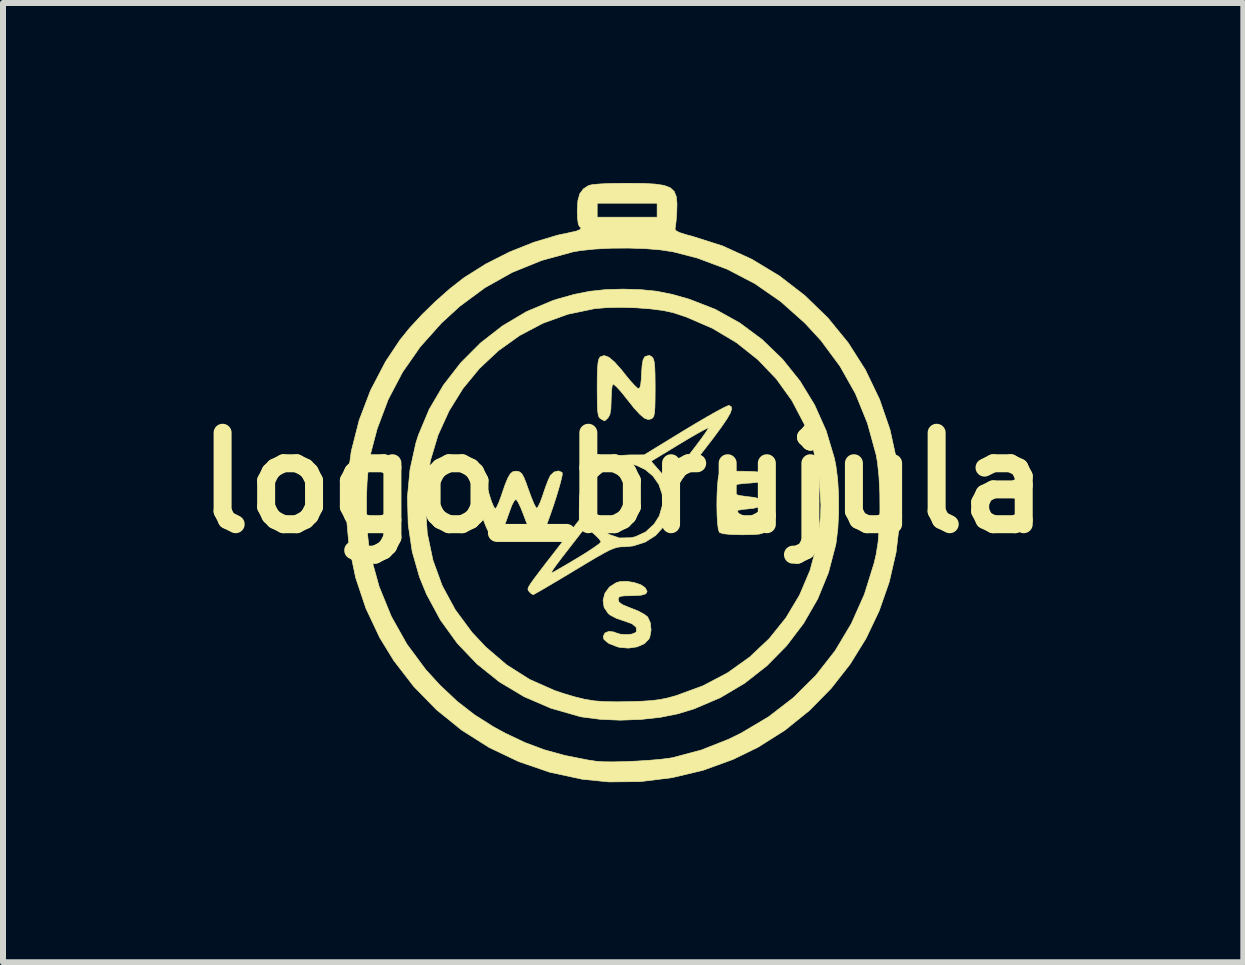
<source format=kicad_pcb>
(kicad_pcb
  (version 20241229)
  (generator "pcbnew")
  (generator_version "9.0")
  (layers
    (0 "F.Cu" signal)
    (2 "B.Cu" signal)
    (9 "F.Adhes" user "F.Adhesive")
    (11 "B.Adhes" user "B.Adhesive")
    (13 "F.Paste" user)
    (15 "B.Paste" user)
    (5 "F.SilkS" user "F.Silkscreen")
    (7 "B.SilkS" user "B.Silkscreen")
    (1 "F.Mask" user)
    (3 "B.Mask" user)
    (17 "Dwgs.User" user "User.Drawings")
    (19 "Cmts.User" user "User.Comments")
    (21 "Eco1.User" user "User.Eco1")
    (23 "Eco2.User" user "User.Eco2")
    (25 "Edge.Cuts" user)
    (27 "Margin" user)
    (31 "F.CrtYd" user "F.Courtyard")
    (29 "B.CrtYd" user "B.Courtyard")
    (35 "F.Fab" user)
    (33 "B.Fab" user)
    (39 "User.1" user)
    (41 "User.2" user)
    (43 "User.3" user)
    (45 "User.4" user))
  (footprint "logo_brujula"
    (layer "F.Cu")
    (at 7.337 4.998)
    (property "Reference" "logo_brujula" (at 0 0 0) (layer "F.SilkS") (effects (font (size 1.524 1.524) (thickness 0.3))))
    (attr through_hole)
    (fp_poly (pts (xy 0.184 1.662) (xy 0.295 1.699) (xy 0.365 1.747) (xy 0.399 1.808) (xy 0.378 1.849) (xy 0.298 1.873) (xy 0.157 1.881) (xy 0.147 1.881) (xy 0.025 1.883) (xy -0.044 1.891) (xy -0.075 1.91) (xy -0.083 1.944) (xy -0.083 1.947) (xy -0.068 1.989) (xy -0.016 2.029) (xy 0.086 2.072) (xy 0.133 2.09) (xy 0.253 2.138) (xy 0.352 2.192) (xy 0.408 2.235) (xy 0.452 2.33) (xy 0.465 2.453) (xy 0.444 2.571) (xy 0.43 2.602) (xy 0.353 2.681) (xy 0.232 2.734) (xy 0.086 2.755) (xy -0.066 2.741) (xy -0.102 2.731) (xy -0.243 2.675) (xy -0.319 2.611) (xy -0.333 2.564) (xy -0.305 2.504) (xy -0.239 2.476) (xy -0.155 2.486) (xy -0.137 2.495) (xy -0.051 2.522) (xy 0.051 2.53) (xy 0.145 2.521) (xy 0.209 2.495) (xy 0.221 2.48) (xy 0.218 2.409) (xy 0.149 2.349) (xy 0.015 2.301) (xy 0.000076 2.297) (xy -0.116 2.257) (xy -0.217 2.203) (xy -0.248 2.179) (xy -0.318 2.075) (xy -0.335 1.956) (xy -0.303 1.838) (xy -0.228 1.736) (xy -0.116 1.664) (xy -0.052 1.646) (xy 0.06 1.642) (xy 0.184 1.662)) (stroke (width 0.01) (type solid)) (fill yes) (layer "F.SilkS"))
    (fp_poly (pts (xy 1.983 -0.193) (xy 2.002 -0.193) (xy 2.157 -0.188) (xy 2.257 -0.181) (xy 2.316 -0.169) (xy 2.344 -0.15) (xy 2.356 -0.12) (xy 2.357 -0.109) (xy 2.354 -0.062) (xy 2.322 -0.031) (xy 2.25 -0.01) (xy 2.127 0.003) (xy 2.034 0.008) (xy 1.908 0.023) (xy 1.836 0.054) (xy 1.818 0.074) (xy 1.801 0.134) (xy 1.839 0.179) (xy 1.935 0.211) (xy 2.071 0.23) (xy 2.187 0.243) (xy 2.252 0.261) (xy 2.282 0.29) (xy 2.291 0.323) (xy 2.287 0.372) (xy 2.252 0.404) (xy 2.175 0.424) (xy 2.045 0.438) (xy 2.001 0.441) (xy 1.884 0.463) (xy 1.816 0.507) (xy 1.804 0.568) (xy 1.829 0.613) (xy 1.883 0.647) (xy 1.984 0.663) (xy 2.078 0.666) (xy 2.231 0.676) (xy 2.334 0.704) (xy 2.384 0.747) (xy 2.374 0.803) (xy 2.367 0.812) (xy 2.332 0.837) (xy 2.27 0.854) (xy 2.17 0.862) (xy 2.017 0.865) (xy 1.983 0.866) (xy 1.8 0.861) (xy 1.674 0.849) (xy 1.608 0.829) (xy 1.605 0.826) (xy 1.586 0.774) (xy 1.573 0.672) (xy 1.565 0.535) (xy 1.562 0.379) (xy 1.564 0.218) (xy 1.571 0.067) (xy 1.582 -0.057) (xy 1.598 -0.139) (xy 1.611 -0.164) (xy 1.673 -0.183) (xy 1.798 -0.193) (xy 1.983 -0.193)) (stroke (width 0.01) (type solid)) (fill yes) (layer "F.SilkS"))
    (fp_poly (pts (xy 0.48 -2.1) (xy 0.501 -2.071) (xy 0.516 -2.021) (xy 0.526 -1.938) (xy 0.531 -1.811) (xy 0.533 -1.632) (xy 0.533 -1.578) (xy 0.532 -1.39) (xy 0.529 -1.257) (xy 0.522 -1.168) (xy 0.511 -1.114) (xy 0.493 -1.084) (xy 0.47 -1.067) (xy 0.417 -1.055) (xy 0.355 -1.078) (xy 0.279 -1.141) (xy 0.181 -1.248) (xy 0.055 -1.407) (xy 0.05 -1.413) (xy -0.035 -1.519) (xy -0.108 -1.599) (xy -0.157 -1.642) (xy -0.171 -1.645) (xy -0.185 -1.606) (xy -0.195 -1.517) (xy -0.2 -1.399) (xy -0.2 -1.382) (xy -0.205 -1.233) (xy -0.222 -1.138) (xy -0.252 -1.084) (xy -0.296 -1.043) (xy -0.31 -1.033) (xy -0.34 -1.048) (xy -0.375 -1.068) (xy -0.398 -1.088) (xy -0.414 -1.126) (xy -0.424 -1.19) (xy -0.43 -1.293) (xy -0.432 -1.444) (xy -0.433 -1.579) (xy -0.432 -1.773) (xy -0.427 -1.911) (xy -0.419 -2.003) (xy -0.406 -2.061) (xy -0.386 -2.094) (xy -0.38 -2.1) (xy -0.317 -2.122) (xy -0.24 -2.094) (xy -0.143 -2.013) (xy -0.022 -1.876) (xy 0.027 -1.813) (xy 0.113 -1.708) (xy 0.188 -1.625) (xy 0.24 -1.577) (xy 0.251 -1.571) (xy 0.276 -1.582) (xy 0.292 -1.634) (xy 0.303 -1.739) (xy 0.306 -1.817) (xy 0.316 -1.959) (xy 0.332 -2.049) (xy 0.358 -2.098) (xy 0.372 -2.108) (xy 0.437 -2.124) (xy 0.48 -2.1)) (stroke (width 0.01) (type solid)) (fill yes) (layer "F.SilkS"))
    (fp_poly (pts (xy -2.419 -0.186) (xy -2.366 -0.14) (xy -2.317 -0.052) (xy -2.265 0.088) (xy -2.233 0.191) (xy -2.196 0.307) (xy -2.161 0.392) (xy -2.135 0.432) (xy -2.132 0.433) (xy -2.108 0.404) (xy -2.072 0.327) (xy -2.032 0.218) (xy -2.029 0.208) (xy -1.97 0.036) (xy -1.922 -0.081) (xy -1.88 -0.152) (xy -1.836 -0.187) (xy -1.786 -0.195) (xy -1.771 -0.193) (xy -1.727 -0.183) (xy -1.691 -0.154) (xy -1.657 -0.095) (xy -1.616 0.007) (xy -1.578 0.115) (xy -1.53 0.245) (xy -1.487 0.349) (xy -1.454 0.411) (xy -1.443 0.423) (xy -1.419 0.399) (xy -1.383 0.326) (xy -1.343 0.218) (xy -1.335 0.192) (xy -1.291 0.063) (xy -1.248 -0.049) (xy -1.213 -0.121) (xy -1.211 -0.125) (xy -1.15 -0.181) (xy -1.078 -0.199) (xy -1.021 -0.174) (xy -1.015 -0.166) (xy -1.017 -0.123) (xy -1.038 -0.032) (xy -1.073 0.094) (xy -1.117 0.24) (xy -1.167 0.394) (xy -1.218 0.541) (xy -1.264 0.668) (xy -1.303 0.76) (xy -1.32 0.791) (xy -1.389 0.854) (xy -1.47 0.857) (xy -1.536 0.811) (xy -1.569 0.754) (xy -1.614 0.654) (xy -1.661 0.532) (xy -1.664 0.522) (xy -1.71 0.407) (xy -1.752 0.32) (xy -1.783 0.277) (xy -1.786 0.275) (xy -1.815 0.298) (xy -1.855 0.373) (xy -1.898 0.488) (xy -1.898 0.489) (xy -1.958 0.658) (xy -2.01 0.771) (xy -2.062 0.836) (xy -2.118 0.863) (xy -2.142 0.866) (xy -2.221 0.836) (xy -2.258 0.791) (xy -2.293 0.712) (xy -2.339 0.592) (xy -2.39 0.447) (xy -2.443 0.291) (xy -2.492 0.141) (xy -2.532 0.01) (xy -2.557 -0.085) (xy -2.563 -0.125) (xy -2.547 -0.183) (xy -2.487 -0.2) (xy -2.481 -0.2) (xy -2.419 -0.186)) (stroke (width 0.01) (type solid)) (fill yes) (layer "F.SilkS"))
    (fp_poly (pts (xy 0.297 -3.22) (xy 0.56 -3.193) (xy 0.819 -3.141) (xy 1.099 -3.062) (xy 1.536 -2.892) (xy 1.944 -2.665) (xy 2.318 -2.387) (xy 2.654 -2.063) (xy 2.947 -1.698) (xy 3.192 -1.297) (xy 3.384 -0.867) (xy 3.52 -0.412) (xy 3.545 -0.291) (xy 3.575 -0.063) (xy 3.591 0.206) (xy 3.592 0.489) (xy 3.578 0.763) (xy 3.549 1.001) (xy 3.543 1.034) (xy 3.422 1.496) (xy 3.243 1.934) (xy 3.008 2.342) (xy 2.724 2.716) (xy 2.395 3.05) (xy 2.025 3.34) (xy 1.619 3.581) (xy 1.182 3.767) (xy 0.915 3.849) (xy 0.621 3.908) (xy 0.292 3.944) (xy -0.049 3.956) (xy -0.379 3.942) (xy -0.675 3.904) (xy -0.725 3.894) (xy -1.204 3.757) (xy -1.652 3.564) (xy -2.063 3.318) (xy -2.435 3.02) (xy -2.764 2.676) (xy -3.046 2.286) (xy -3.278 1.856) (xy -3.394 1.573) (xy -3.516 1.147) (xy -3.583 0.697) (xy -3.592 0.366) (xy -3.296 0.366) (xy -3.265 0.84) (xy -3.171 1.289) (xy -3.016 1.715) (xy -2.799 2.115) (xy -2.521 2.491) (xy -2.293 2.734) (xy -1.942 3.034) (xy -1.561 3.276) (xy -1.144 3.461) (xy -1.002 3.509) (xy -0.808 3.567) (xy -0.64 3.608) (xy -0.48 3.634) (xy -0.308 3.647) (xy -0.104 3.65) (xy 0.1 3.647) (xy 0.314 3.64) (xy 0.48 3.629) (xy 0.619 3.611) (xy 0.749 3.584) (xy 0.882 3.547) (xy 1.33 3.383) (xy 1.74 3.167) (xy 2.11 2.903) (xy 2.435 2.596) (xy 2.713 2.25) (xy 2.941 1.869) (xy 3.115 1.458) (xy 3.233 1.02) (xy 3.29 0.56) (xy 3.296 0.366) (xy 3.264 -0.104) (xy 3.171 -0.553) (xy 3.02 -0.976) (xy 2.814 -1.369) (xy 2.555 -1.73) (xy 2.246 -2.053) (xy 1.89 -2.336) (xy 1.49 -2.575) (xy 1.048 -2.766) (xy 0.832 -2.837) (xy 0.667 -2.873) (xy 0.455 -2.9) (xy 0.216 -2.918) (xy -0.032 -2.925) (xy -0.267 -2.921) (xy -0.472 -2.904) (xy -0.483 -2.902) (xy -0.923 -2.81) (xy -1.338 -2.66) (xy -1.725 -2.456) (xy -2.079 -2.203) (xy -2.397 -1.905) (xy -2.673 -1.569) (xy -2.903 -1.197) (xy -3.085 -0.797) (xy -3.213 -0.371) (xy -3.283 0.075) (xy -3.296 0.366) (xy -3.592 0.366) (xy -3.596 0.236) (xy -3.553 -0.222) (xy -3.455 -0.664) (xy -3.413 -0.796) (xy -3.233 -1.225) (xy -2.996 -1.628) (xy -2.709 -1.999) (xy -2.378 -2.331) (xy -2.009 -2.618) (xy -1.609 -2.855) (xy -1.183 -3.034) (xy -1.099 -3.062) (xy -0.813 -3.142) (xy -0.554 -3.193) (xy -0.291 -3.221) (xy 0 -3.229) (xy 0.297 -3.22)) (stroke (width 0.01) (type solid)) (fill yes) (layer "F.SilkS"))
    (fp_poly (pts (xy 1.8 -1.271) (xy 1.808 -1.23) (xy 1.785 -1.162) (xy 1.728 -1.063) (xy 1.635 -0.927) (xy 1.504 -0.749) (xy 1.379 -0.587) (xy 1.208 -0.366) (xy 1.074 -0.189) (xy 0.972 -0.049) (xy 0.899 0.06) (xy 0.85 0.147) (xy 0.819 0.217) (xy 0.804 0.279) (xy 0.799 0.34) (xy 0.799 0.35) (xy 0.766 0.549) (xy 0.676 0.728) (xy 0.54 0.878) (xy 0.367 0.988) (xy 0.165 1.052) (xy 0.029 1.065) (xy -0.033 1.066) (xy -0.091 1.073) (xy -0.152 1.091) (xy -0.226 1.121) (xy -0.321 1.171) (xy -0.447 1.242) (xy -0.612 1.34) (xy -0.82 1.465) (xy -1.008 1.578) (xy -1.178 1.679) (xy -1.32 1.763) (xy -1.426 1.824) (xy -1.489 1.859) (xy -1.502 1.864) (xy -1.538 1.842) (xy -1.563 1.816) (xy -1.579 1.798) (xy -1.587 1.78) (xy -1.585 1.757) (xy -1.568 1.72) (xy -1.531 1.663) (xy -1.469 1.578) (xy -1.407 1.496) (xy -1.191 1.496) (xy -1.175 1.494) (xy -1.136 1.473) (xy -1.051 1.424) (xy -0.932 1.355) (xy -0.791 1.271) (xy -0.754 1.249) (xy -0.613 1.162) (xy -0.494 1.084) (xy -0.41 1.024) (xy -0.371 0.988) (xy -0.369 0.983) (xy -0.394 0.943) (xy -0.455 0.879) (xy -0.498 0.841) (xy -0.624 0.733) (xy -0.889 1.074) (xy -1.015 1.237) (xy -1.104 1.354) (xy -1.16 1.432) (xy -1.188 1.477) (xy -1.191 1.496) (xy -1.407 1.496) (xy -1.38 1.46) (xy -1.258 1.301) (xy -1.141 1.151) (xy -0.732 0.62) (xy -0.732 0.402) (xy -0.724 0.232) (xy -0.578 0.232) (xy -0.569 0.415) (xy -0.505 0.591) (xy -0.395 0.736) (xy -0.235 0.86) (xy -0.062 0.919) (xy 0.128 0.915) (xy 0.207 0.897) (xy 0.374 0.819) (xy 0.515 0.69) (xy 0.603 0.551) (xy 0.656 0.366) (xy 0.65 0.189) (xy 0.595 0.027) (xy 0.498 -0.112) (xy 0.369 -0.221) (xy 0.215 -0.294) (xy 0.045 -0.322) (xy -0.133 -0.298) (xy -0.291 -0.228) (xy -0.438 -0.102) (xy -0.534 0.056) (xy -0.578 0.232) (xy -0.724 0.232) (xy -0.722 0.202) (xy -0.689 0.045) (xy -0.625 -0.088) (xy -0.543 -0.198) (xy -0.407 -0.329) (xy -0.35 -0.36) (xy 0.466 -0.36) (xy 0.607 -0.198) (xy 0.681 -0.115) (xy 0.734 -0.056) (xy 0.756 -0.035) (xy 0.777 -0.059) (xy 0.833 -0.128) (xy 0.915 -0.231) (xy 1.018 -0.362) (xy 1.1 -0.468) (xy 1.212 -0.614) (xy 1.306 -0.74) (xy 1.376 -0.839) (xy 1.417 -0.901) (xy 1.423 -0.918) (xy 1.392 -0.906) (xy 1.313 -0.865) (xy 1.197 -0.8) (xy 1.053 -0.716) (xy 0.937 -0.646) (xy 0.466 -0.36) (xy -0.35 -0.36) (xy -0.257 -0.412) (xy -0.075 -0.455) (xy 0.101 -0.465) (xy 0.351 -0.466) (xy 1.033 -0.883) (xy 1.226 -0.999) (xy 1.402 -1.102) (xy 1.552 -1.187) (xy 1.669 -1.249) (xy 1.743 -1.284) (xy 1.764 -1.29) (xy 1.8 -1.271)) (stroke (width 0.01) (type solid)) (fill yes) (layer "F.SilkS"))
    (fp_poly (pts (xy 0.332 -4.991) (xy 0.533 -4.98) (xy 0.681 -4.958) (xy 0.784 -4.919) (xy 0.85 -4.858) (xy 0.885 -4.772) (xy 0.897 -4.656) (xy 0.893 -4.505) (xy 0.892 -4.488) (xy 0.883 -4.371) (xy 0.872 -4.276) (xy 0.864 -4.232) (xy 0.877 -4.204) (xy 0.938 -4.172) (xy 1.055 -4.135) (xy 1.148 -4.111) (xy 1.657 -3.949) (xy 2.144 -3.727) (xy 2.603 -3.45) (xy 3.028 -3.122) (xy 3.413 -2.748) (xy 3.752 -2.333) (xy 4.037 -1.885) (xy 4.273 -1.393) (xy 4.447 -0.889) (xy 4.559 -0.377) (xy 4.613 0.138) (xy 4.609 0.651) (xy 4.549 1.158) (xy 4.435 1.653) (xy 4.268 2.132) (xy 4.05 2.591) (xy 3.782 3.024) (xy 3.466 3.427) (xy 3.104 3.795) (xy 2.696 4.124) (xy 2.246 4.408) (xy 1.829 4.611) (xy 1.33 4.792) (xy 0.812 4.915) (xy 0.285 4.98) (xy -0.239 4.985) (xy -0.679 4.941) (xy -1.223 4.824) (xy -1.742 4.646) (xy -2.233 4.412) (xy -2.69 4.123) (xy -3.111 3.783) (xy -3.49 3.395) (xy -3.824 2.962) (xy -4.058 2.58) (xy -4.289 2.09) (xy -4.459 1.581) (xy -4.568 1.059) (xy -4.617 0.53) (xy -4.611 0.277) (xy -4.279 0.277) (xy -4.277 0.563) (xy -4.263 0.835) (xy -4.237 1.074) (xy -4.215 1.197) (xy -4.067 1.731) (xy -3.864 2.228) (xy -3.605 2.689) (xy -3.29 3.114) (xy -3.054 3.372) (xy -2.767 3.642) (xy -2.477 3.867) (xy -2.161 4.067) (xy -1.964 4.174) (xy -1.639 4.328) (xy -1.316 4.449) (xy -0.976 4.543) (xy -0.598 4.618) (xy -0.449 4.641) (xy -0.338 4.649) (xy -0.177 4.651) (xy 0.017 4.647) (xy 0.225 4.638) (xy 0.431 4.625) (xy 0.618 4.609) (xy 0.77 4.59) (xy 0.832 4.579) (xy 1.303 4.453) (xy 1.755 4.275) (xy 1.964 4.173) (xy 2.425 3.899) (xy 2.842 3.577) (xy 3.212 3.209) (xy 3.533 2.799) (xy 3.803 2.347) (xy 4.021 1.858) (xy 4.184 1.334) (xy 4.216 1.197) (xy 4.249 0.99) (xy 4.27 0.737) (xy 4.28 0.458) (xy 4.278 0.173) (xy 4.264 -0.1) (xy 4.239 -0.34) (xy 4.217 -0.466) (xy 4.072 -0.994) (xy 3.872 -1.486) (xy 3.614 -1.944) (xy 3.299 -2.37) (xy 3.029 -2.663) (xy 2.627 -3.021) (xy 2.196 -3.32) (xy 1.734 -3.561) (xy 1.236 -3.747) (xy 0.832 -3.851) (xy 0.624 -3.883) (xy 0.37 -3.904) (xy 0.09 -3.913) (xy -0.196 -3.911) (xy -0.468 -3.897) (xy -0.708 -3.872) (xy -0.832 -3.851) (xy -1.358 -3.707) (xy -1.847 -3.509) (xy -2.302 -3.254) (xy -2.726 -2.941) (xy -3.029 -2.663) (xy -3.382 -2.268) (xy -3.677 -1.845) (xy -3.916 -1.39) (xy -4.101 -0.899) (xy -4.215 -0.465) (xy -4.248 -0.257) (xy -4.269 -0.003) (xy -4.279 0.277) (xy -4.611 0.277) (xy -4.604 -0.000272) (xy -4.532 -0.526) (xy -4.401 -1.042) (xy -4.21 -1.543) (xy -3.96 -2.021) (xy -3.718 -2.385) (xy -3.555 -2.586) (xy -3.351 -2.806) (xy -3.125 -3.026) (xy -2.892 -3.232) (xy -2.67 -3.406) (xy -2.645 -3.424) (xy -2.289 -3.648) (xy -1.898 -3.846) (xy -1.491 -4.009) (xy -1.09 -4.129) (xy -0.914 -4.166) (xy -0.783 -4.195) (xy -0.715 -4.223) (xy -0.703 -4.252) (xy -0.732 -4.278) (xy -0.749 -4.319) (xy -0.76 -4.408) (xy -0.765 -4.527) (xy -0.765 -4.538) (xy -0.758 -4.661) (xy -0.433 -4.661) (xy -0.433 -4.428) (xy 0.566 -4.428) (xy 0.566 -4.661) (xy -0.433 -4.661) (xy -0.758 -4.661) (xy -0.755 -4.703) (xy -0.723 -4.819) (xy -0.662 -4.9) (xy -0.576 -4.956) (xy -0.512 -4.971) (xy -0.388 -4.982) (xy -0.211 -4.99) (xy 0.013 -4.993) (xy 0.073 -4.993) (xy 0.332 -4.991)) (stroke (width 0.01) (type solid)) (fill yes) (layer "F.SilkS")))
  (gr_rect
    (start -3 -3)
    (end 17.674 12.989)
    (stroke (width 0.1) (type default))
    (fill no)
    (layer "Edge.Cuts")))
</source>
